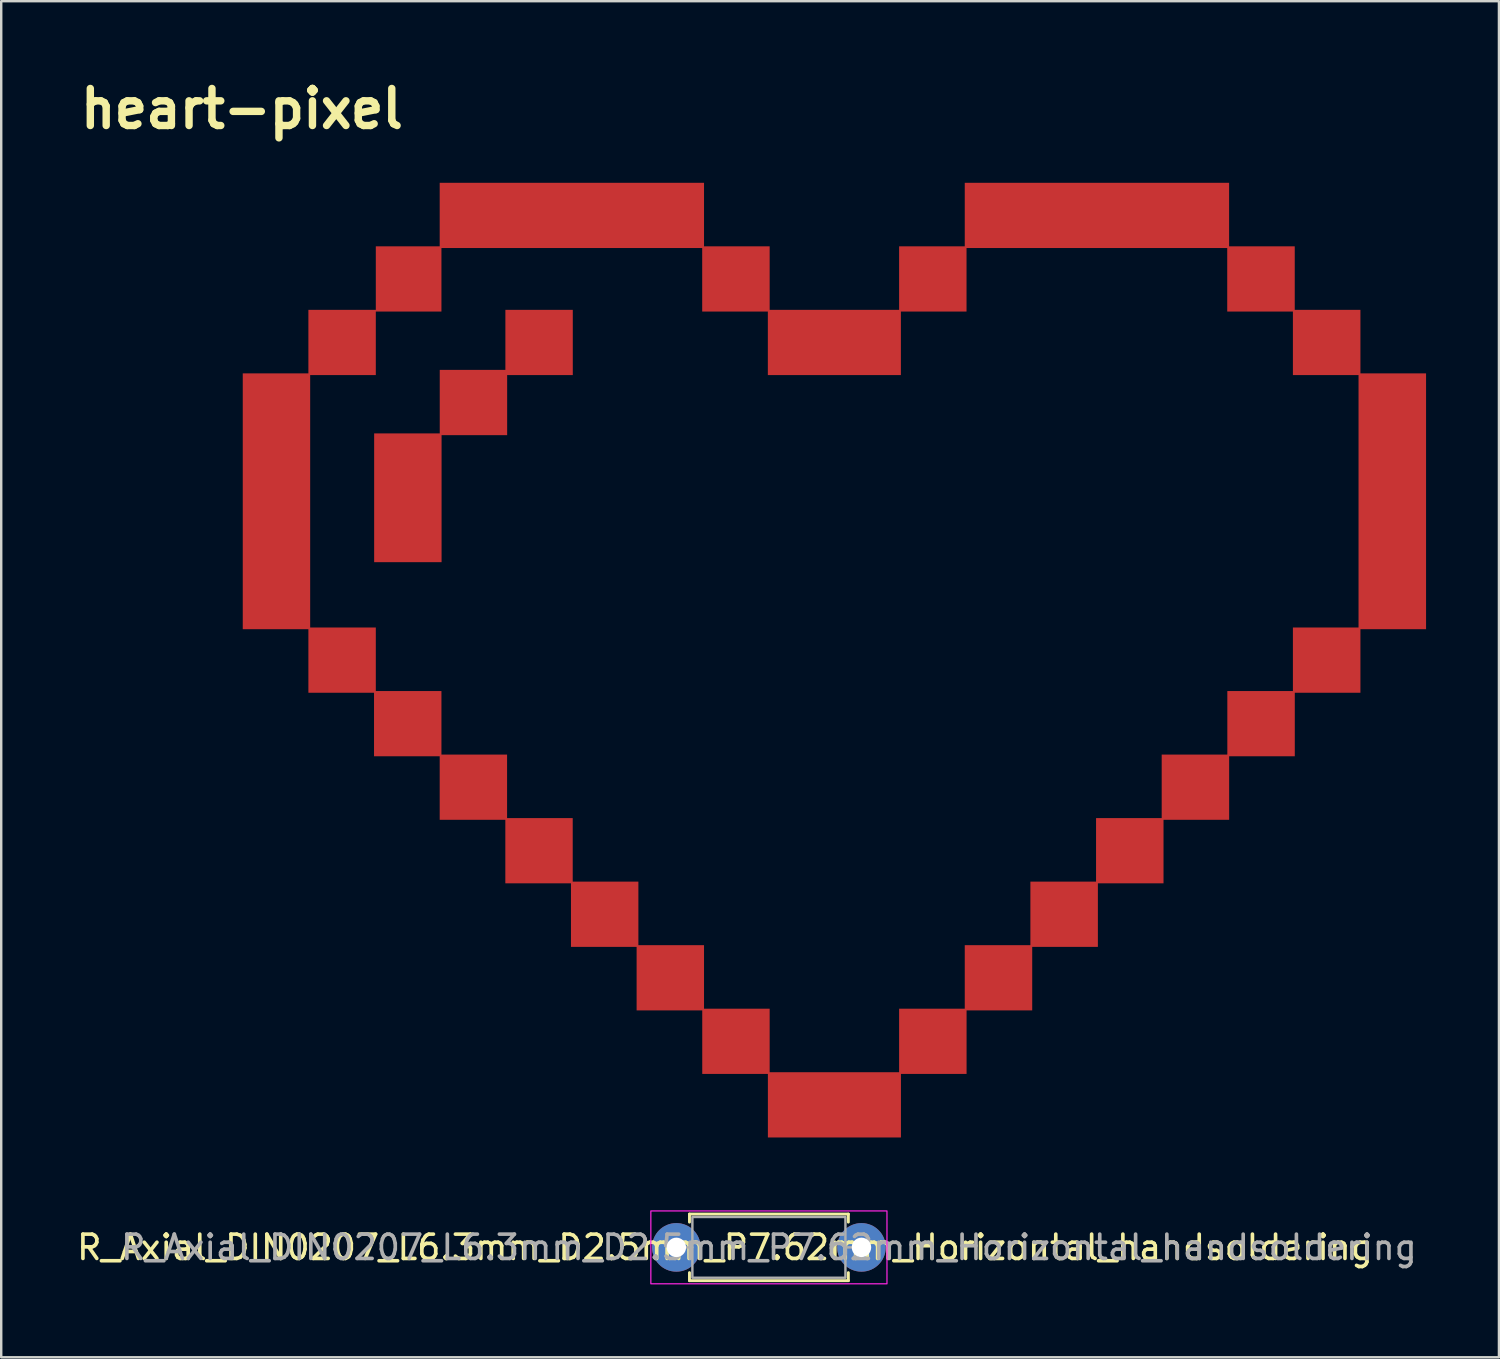
<source format=kicad_pcb>
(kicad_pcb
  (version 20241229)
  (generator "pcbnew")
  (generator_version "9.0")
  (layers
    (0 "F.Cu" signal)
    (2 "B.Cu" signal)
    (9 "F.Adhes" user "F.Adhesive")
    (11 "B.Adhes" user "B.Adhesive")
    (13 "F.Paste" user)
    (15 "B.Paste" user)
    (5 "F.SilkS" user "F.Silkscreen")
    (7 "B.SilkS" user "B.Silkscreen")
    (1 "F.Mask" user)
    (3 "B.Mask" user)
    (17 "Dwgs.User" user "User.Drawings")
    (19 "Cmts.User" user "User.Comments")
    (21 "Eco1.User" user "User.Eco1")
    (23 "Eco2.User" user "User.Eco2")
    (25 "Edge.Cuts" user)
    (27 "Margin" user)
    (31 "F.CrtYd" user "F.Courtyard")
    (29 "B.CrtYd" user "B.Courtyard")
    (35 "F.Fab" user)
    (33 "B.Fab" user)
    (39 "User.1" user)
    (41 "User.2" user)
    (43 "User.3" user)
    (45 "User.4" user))
  (footprint "heart-pixel"
    (layer "F.Cu")
    (at 6.909 4.317)
    (property "Reference" "heart-pixel" (at 0 -2.89 0) (layer "F.SilkS") (effects (font (size 1.524 1.524) (thickness 0.305))))
    (attr exclude_from_pos_files exclude_from_bom)
    (fp_poly (pts (xy 10.845 5.388) (xy 10.845 7.859) (xy 8.143 7.859) (xy 8.143 10.474) (xy 5.443 10.474) (xy 5.443 15.775) (xy 8.218 15.775) (xy 8.218 10.546) (xy 10.918 10.546) (xy 10.918 8.073) (xy 13.62 8.073) (xy 13.62 5.388) (xy 10.845 5.388)) (stroke (width 0) (type solid)) (fill yes) (layer "F.Cu"))
    (fp_poly (pts (xy 8.141 0.158) (xy 8.141 2.773) (xy 5.511 2.773) (xy 5.511 5.388) (xy 2.736 5.388) (xy 2.736 8.003) (xy 0.034 8.003) (xy 0.034 18.534) (xy 2.736 18.534) (xy 2.736 21.15) (xy 5.438 21.15) (xy 5.438 23.765) (xy 8.141 23.765) (xy 8.141 26.38) (xy 10.843 26.38) (xy 10.843 28.995) (xy 13.545 28.995) (xy 13.545 31.611) (xy 16.247 31.611) (xy 16.247 34.226) (xy 18.949 34.226) (xy 18.949 36.841) (xy 21.651 36.841) (xy 21.651 39.457) (xy 27.053 39.457) (xy 27.053 36.771) (xy 21.724 36.771) (xy 21.724 34.156) (xy 19.022 34.156) (xy 19.022 31.541) (xy 16.32 31.541) (xy 16.32 28.925) (xy 13.617 28.925) (xy 13.617 26.31) (xy 10.915 26.31) (xy 10.915 23.695) (xy 8.213 23.695) (xy 8.213 21.08) (xy 5.511 21.08) (xy 5.511 18.464) (xy 2.809 18.464) (xy 2.809 8.073) (xy 5.511 8.073) (xy 5.511 5.458) (xy 8.213 5.458) (xy 8.213 2.843) (xy 18.947 2.843) (xy 18.947 5.458) (xy 21.649 5.458) (xy 21.649 8.073) (xy 27.126 8.073) (xy 27.126 5.458) (xy 29.828 5.458) (xy 29.828 2.843) (xy 40.56 2.843) (xy 40.56 5.458) (xy 43.263 5.458) (xy 43.263 8.073) (xy 45.965 8.073) (xy 45.965 18.464) (xy 43.263 18.464) (xy 43.263 21.08) (xy 40.564 21.08) (xy 40.564 23.695) (xy 37.862 23.695) (xy 37.862 26.31) (xy 35.16 26.31) (xy 35.16 28.925) (xy 32.457 28.925) (xy 32.457 31.541) (xy 29.755 31.541) (xy 29.755 34.156) (xy 27.053 34.156) (xy 27.053 36.771) (xy 27.053 39.457) (xy 27.128 39.457) (xy 27.128 36.841) (xy 29.83 36.841) (xy 29.83 34.226) (xy 32.532 34.226) (xy 32.532 31.611) (xy 35.235 31.611) (xy 35.235 28.995) (xy 37.937 28.995) (xy 37.937 26.38) (xy 40.639 26.38) (xy 40.639 23.765) (xy 43.341 23.765) (xy 43.341 21.15) (xy 46.043 21.15) (xy 46.043 18.534) (xy 48.745 18.534) (xy 48.745 8.003) (xy 46.043 8.003) (xy 46.043 5.388) (xy 46.041 5.388) (xy 43.339 5.388) (xy 43.339 2.773) (xy 40.637 2.773) (xy 40.637 0.158) (xy 29.755 0.158) (xy 29.755 2.773) (xy 27.053 2.773) (xy 27.053 5.388) (xy 21.724 5.388) (xy 21.724 2.773) (xy 19.022 2.773) (xy 19.022 0.158) (xy 8.141 0.158)) (stroke (width 0) (type solid)) (fill yes) (layer "F.Cu"))
    (fp_poly (pts (xy 10.845 5.388) (xy 10.845 7.859) (xy 8.143 7.859) (xy 8.143 10.474) (xy 5.443 10.474) (xy 5.443 15.775) (xy 8.218 15.775) (xy 8.218 10.546) (xy 10.918 10.546) (xy 10.918 8.073) (xy 13.62 8.073) (xy 13.62 5.388) (xy 10.845 5.388)) (stroke (width 0) (type solid)) (fill yes) (layer "F.Mask"))
    (fp_poly (pts (xy 8.141 0.158) (xy 8.141 2.773) (xy 5.511 2.773) (xy 5.511 5.388) (xy 2.736 5.388) (xy 2.736 8.003) (xy 0.034 8.003) (xy 0.034 18.534) (xy 2.736 18.534) (xy 2.736 21.15) (xy 5.438 21.15) (xy 5.438 23.765) (xy 8.141 23.765) (xy 8.141 26.38) (xy 10.843 26.38) (xy 10.843 28.995) (xy 13.545 28.995) (xy 13.545 31.611) (xy 16.247 31.611) (xy 16.247 34.226) (xy 18.949 34.226) (xy 18.949 36.841) (xy 21.651 36.841) (xy 21.651 39.457) (xy 27.053 39.457) (xy 27.053 36.771) (xy 21.724 36.771) (xy 21.724 34.156) (xy 19.022 34.156) (xy 19.022 31.541) (xy 16.32 31.541) (xy 16.32 28.925) (xy 13.617 28.925) (xy 13.617 26.31) (xy 10.915 26.31) (xy 10.915 23.695) (xy 8.213 23.695) (xy 8.213 21.08) (xy 5.511 21.08) (xy 5.511 18.464) (xy 2.809 18.464) (xy 2.809 8.073) (xy 5.511 8.073) (xy 5.511 5.458) (xy 8.213 5.458) (xy 8.213 2.843) (xy 18.947 2.843) (xy 18.947 5.458) (xy 21.649 5.458) (xy 21.649 8.073) (xy 27.126 8.073) (xy 27.126 5.458) (xy 29.828 5.458) (xy 29.828 2.843) (xy 40.56 2.843) (xy 40.56 5.458) (xy 43.263 5.458) (xy 43.263 8.073) (xy 45.965 8.073) (xy 45.965 18.464) (xy 43.263 18.464) (xy 43.263 21.08) (xy 40.564 21.08) (xy 40.564 23.695) (xy 37.862 23.695) (xy 37.862 26.31) (xy 35.16 26.31) (xy 35.16 28.925) (xy 32.457 28.925) (xy 32.457 31.541) (xy 29.755 31.541) (xy 29.755 34.156) (xy 27.053 34.156) (xy 27.053 36.771) (xy 27.053 39.457) (xy 27.128 39.457) (xy 27.128 36.841) (xy 29.83 36.841) (xy 29.83 34.226) (xy 32.532 34.226) (xy 32.532 31.611) (xy 35.235 31.611) (xy 35.235 28.995) (xy 37.937 28.995) (xy 37.937 26.38) (xy 40.639 26.38) (xy 40.639 23.765) (xy 43.341 23.765) (xy 43.341 21.15) (xy 46.043 21.15) (xy 46.043 18.534) (xy 48.745 18.534) (xy 48.745 8.003) (xy 46.043 8.003) (xy 46.043 5.388) (xy 46.041 5.388) (xy 43.339 5.388) (xy 43.339 2.773) (xy 40.637 2.773) (xy 40.637 0.158) (xy 29.755 0.158) (xy 29.755 2.773) (xy 27.053 2.773) (xy 27.053 5.388) (xy 21.724 5.388) (xy 21.724 2.773) (xy 19.022 2.773) (xy 19.022 0.158) (xy 8.141 0.158)) (stroke (width 0) (type solid)) (fill yes) (layer "F.Mask"))
    (fp_poly (pts (xy 8.141 0.158) (xy 8.141 2.773) (xy 5.511 2.773) (xy 5.511 5.388) (xy 2.736 5.388) (xy 2.736 8.003) (xy 0.034 8.003) (xy 0.034 18.534) (xy 2.736 18.534) (xy 2.736 21.15) (xy 5.438 21.15) (xy 5.438 23.765) (xy 8.141 23.765) (xy 8.141 26.38) (xy 10.843 26.38) (xy 10.843 28.995) (xy 13.545 28.995) (xy 13.545 31.611) (xy 16.247 31.611) (xy 16.247 34.226) (xy 18.949 34.226) (xy 18.949 36.841) (xy 21.651 36.841) (xy 21.651 39.457) (xy 27.128 39.457) (xy 27.128 36.841) (xy 29.83 36.841) (xy 29.83 34.226) (xy 32.532 34.226) (xy 32.532 31.611) (xy 35.235 31.611) (xy 35.235 28.995) (xy 37.937 28.995) (xy 37.937 26.38) (xy 40.639 26.38) (xy 40.639 23.765) (xy 43.341 23.765) (xy 43.341 21.15) (xy 46.043 21.15) (xy 46.043 18.534) (xy 48.745 18.534) (xy 48.745 8.003) (xy 46.043 8.003) (xy 46.043 5.388) (xy 46.041 5.388) (xy 43.339 5.388) (xy 43.339 2.773) (xy 40.637 2.773) (xy 40.637 0.158) (xy 29.755 0.158) (xy 29.755 2.773) (xy 27.053 2.773) (xy 27.053 5.388) (xy 21.724 5.388) (xy 21.724 2.773) (xy 19.022 2.773) (xy 19.022 0.158) (xy 8.141 0.158)) (stroke (width 0.00001) (type solid)) (fill no) (layer "Edge.Cuts")))
  (footprint "R_Axial_DIN0207_L6.3mm_D2.5mm_P7.62mm_Horizontal_handsoldering"
    (layer "F.Cu")
    (at 24.792 48.298)
    (property "Reference" "R_Axial_DIN0207_L6.3mm_D2.5mm_P7.62mm_Horizontal_handsoldering" (at 2 0 0) (layer "F.SilkS") (effects (font (size 1 1) (thickness 0.15))))
    (attr through_hole)
    (fp_line (start 0.54 -1.37) (end 7.08 -1.37) (stroke (width 0.12) (type solid)) (layer "F.SilkS"))
    (fp_line (start 0.54 -1.04) (end 0.54 -1.37) (stroke (width 0.12) (type solid)) (layer "F.SilkS"))
    (fp_line (start 0.54 1.04) (end 0.54 1.37) (stroke (width 0.12) (type solid)) (layer "F.SilkS"))
    (fp_line (start 0.54 1.37) (end 7.08 1.37) (stroke (width 0.12) (type solid)) (layer "F.SilkS"))
    (fp_line (start 7.08 -1.37) (end 7.08 -1.04) (stroke (width 0.12) (type solid)) (layer "F.SilkS"))
    (fp_line (start 7.08 1.37) (end 7.08 1.04) (stroke (width 0.12) (type solid)) (layer "F.SilkS"))
    (fp_rect (start -1.05 -1.5) (end 8.67 1.5) (stroke (width 0.05) (type solid)) (fill no) (layer "F.CrtYd"))
    (fp_line (start 0 0) (end 0.66 0) (stroke (width 0.1) (type solid)) (layer "F.Fab"))
    (fp_line (start 7.62 0) (end 6.96 0) (stroke (width 0.1) (type solid)) (layer "F.Fab"))
    (fp_rect (start 0.66 -1.25) (end 6.96 1.25) (stroke (width 0.1) (type solid)) (fill no) (layer "F.Fab"))
    (fp_text user "${REFERENCE}" (at 3.81 0 0) (layer "F.Fab") (effects (font (size 1 1) (thickness 0.15))))
    (pad "1" thru_hole circle (at 0 0) (size 2 2) (drill 0.8) (layers "*.Cu" "*.Mask"))
    (pad "2" thru_hole circle (at 7.62 0) (size 2 2) (drill 0.8) (layers "*.Cu" "*.Mask")))
  (gr_rect
    (start -3 -3)
    (end 58.654 52.823)
    (stroke (width 0.1) (type default))
    (fill no)
    (layer "Edge.Cuts")))
</source>
